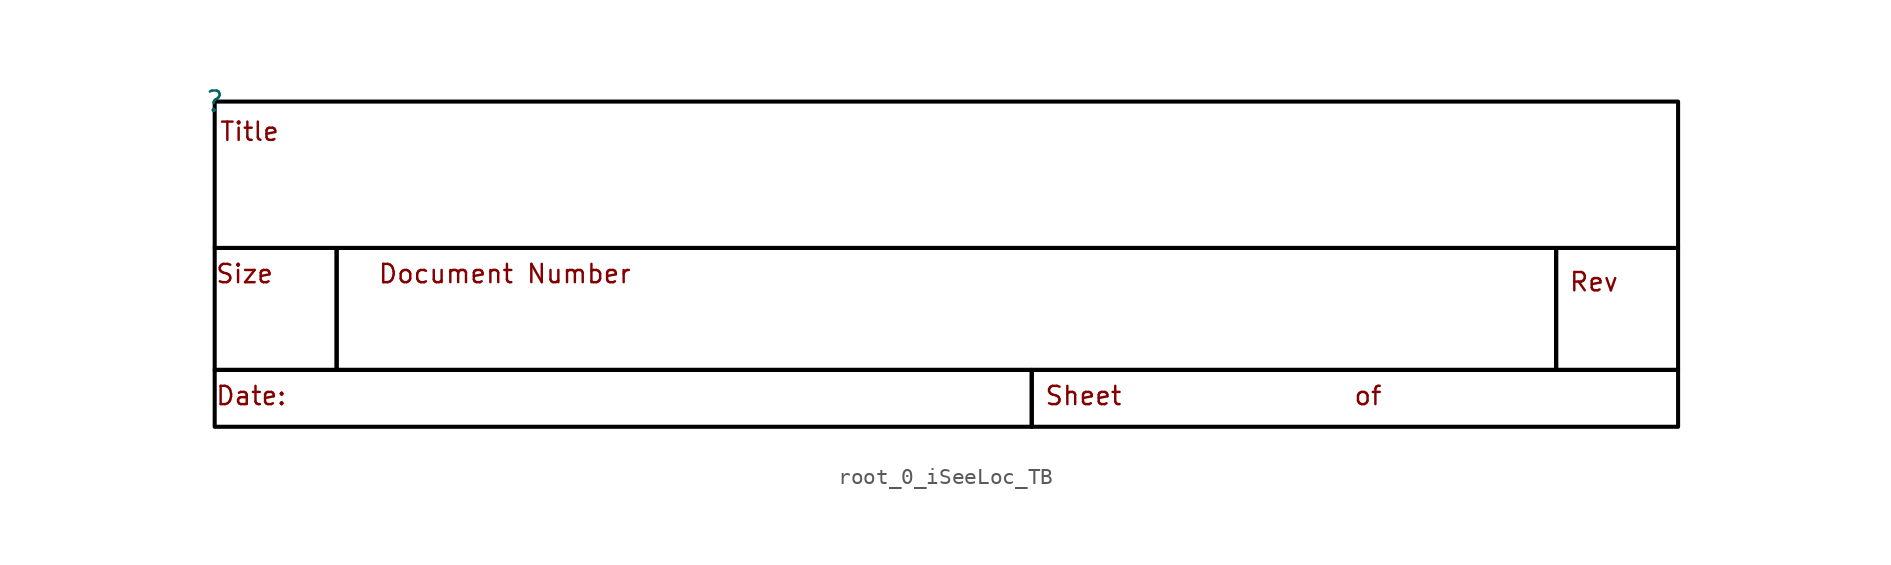
<source format=kicad_sym>
(kicad_symbol_lib
  (version 20231120)
  (generator "kicad_symbol_editor")
  (generator_version "8.0")
  (symbol "root_0_iSeeLoc_TB"
    (property "Reference" ""
      (at 0 0 0)
      (effects (font (size 1.27 1.27))))
    (property "Value" ""
      (at 0 0 0)
      (effects (font (size 1.27 1.27))))
    (symbol "root_0_iSeeLoc_TB_1_0"
      (rectangle (start 7.62 -9.144) (end 0 -16.764) (stroke (width 0.254) (type solid) (color 0 0 0 1)) (fill (type none)))
      (rectangle (start 51.054 -16.764) (end 0 -20.32) (stroke (width 0.254) (type solid) (color 0 0 0 1)) (fill (type none)))
      (rectangle (start 83.82 -9.144) (end 7.62 -16.764) (stroke (width 0.254) (type solid) (color 0 0 0 1)) (fill (type none)))
      (rectangle (start 91.44 -16.764) (end 51.054 -20.32) (stroke (width 0.254) (type solid) (color 0 0 0 1)) (fill (type none)))
      (rectangle (start 91.44 -9.144) (end 83.82 -16.764) (stroke (width 0.254) (type solid) (color 0 0 0 1)) (fill (type none)))
      (rectangle (start 91.44 0) (end 0 -9.144) (stroke (width 0.254) (type solid) (color 0 0 0 1)) (fill (type none)))
      (text "Date:" (at 0 -19.05 0) (effects (font (size 1.143 1.143)) (justify left bottom)))
      (text "Document Number" (at 10.16 -11.43 0) (effects (font (size 1.143 1.143)) (justify left bottom)))
      (text "of" (at 71.12 -19.05 0) (effects (font (size 1.143 1.143)) (justify left bottom)))
      (text "Rev" (at 84.582 -11.938 0) (effects (font (size 1.143 1.143)) (justify left bottom)))
      (text "Sheet" (at 51.816 -19.05 0) (effects (font (size 1.143 1.143)) (justify left bottom)))
      (text "Size" (at 0 -11.43 0) (effects (font (size 1.143 1.143)) (justify left bottom)))
      (text "Title" (at 0.254 -2.54 0) (effects (font (size 1.143 1.143)) (justify left bottom))))))
</source>
